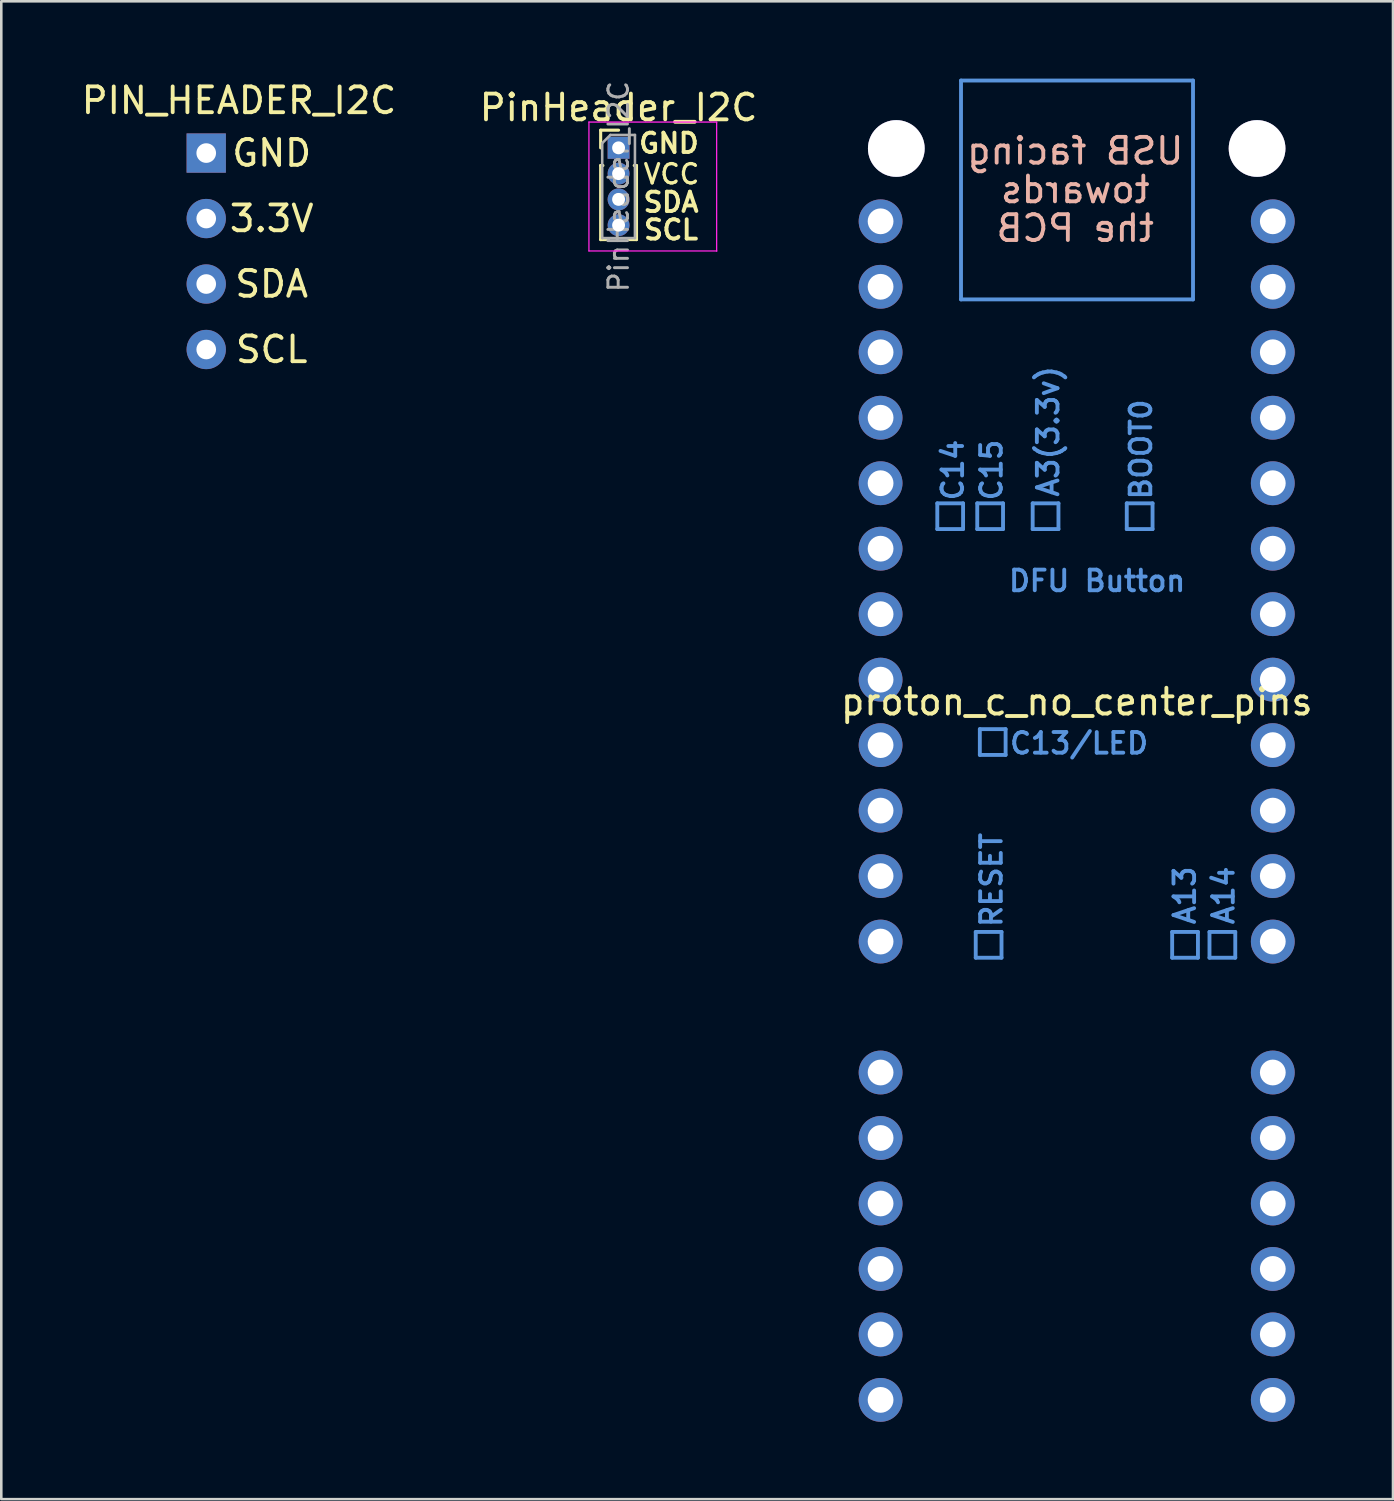
<source format=kicad_pcb>
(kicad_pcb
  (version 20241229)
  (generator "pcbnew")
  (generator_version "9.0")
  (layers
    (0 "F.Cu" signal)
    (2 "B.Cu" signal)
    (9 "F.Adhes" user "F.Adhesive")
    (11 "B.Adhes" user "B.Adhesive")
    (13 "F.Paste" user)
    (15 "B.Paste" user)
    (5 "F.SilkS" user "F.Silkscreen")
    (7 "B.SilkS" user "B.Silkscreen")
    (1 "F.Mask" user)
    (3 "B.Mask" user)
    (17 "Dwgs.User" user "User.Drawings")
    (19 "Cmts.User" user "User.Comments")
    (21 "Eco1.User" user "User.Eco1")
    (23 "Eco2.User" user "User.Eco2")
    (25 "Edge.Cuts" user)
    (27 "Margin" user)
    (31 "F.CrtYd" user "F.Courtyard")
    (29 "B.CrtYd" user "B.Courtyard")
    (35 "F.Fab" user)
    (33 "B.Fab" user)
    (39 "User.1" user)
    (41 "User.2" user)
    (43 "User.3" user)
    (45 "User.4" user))
  (footprint "proton_c_no_center_pins"
    (layer "F.Cu")
    (at 38.71 20.785)
    (property "Reference" "proton_c_no_center_pins" (at 0.01 3.39 0) (layer "F.SilkS") (effects (font (size 1 1) (thickness 0.15))))
    (attr through_hole)
    (fp_line (start -5.4 -4.31) (end -5.4 -3.31) (stroke (width 0.15) (type solid)) (layer "Cmts.User"))
    (fp_line (start -5.4 -4.31) (end -4.4 -4.31) (stroke (width 0.15) (type solid)) (layer "Cmts.User"))
    (fp_line (start -5.4 -3.31) (end -4.4 -3.31) (stroke (width 0.15) (type solid)) (layer "Cmts.User"))
    (fp_line (start -4.48 -20.71) (end -4.48 -12.22) (stroke (width 0.15) (type solid)) (layer "Cmts.User"))
    (fp_line (start -4.48 -20.71) (end 4.52 -20.71) (stroke (width 0.15) (type solid)) (layer "Cmts.User"))
    (fp_line (start -4.48 -12.22) (end 4.52 -12.22) (stroke (width 0.15) (type solid)) (layer "Cmts.User"))
    (fp_line (start -4.4 -3.31) (end -4.4 -4.31) (stroke (width 0.15) (type solid)) (layer "Cmts.User"))
    (fp_line (start -3.909 12.317) (end -3.909 13.317) (stroke (width 0.15) (type solid)) (layer "Cmts.User"))
    (fp_line (start -3.909 12.317) (end -2.909 12.317) (stroke (width 0.15) (type solid)) (layer "Cmts.User"))
    (fp_line (start -3.909 13.317) (end -2.909 13.317) (stroke (width 0.15) (type solid)) (layer "Cmts.User"))
    (fp_line (start -3.85 -4.31) (end -3.85 -3.31) (stroke (width 0.15) (type solid)) (layer "Cmts.User"))
    (fp_line (start -3.85 -4.31) (end -2.85 -4.31) (stroke (width 0.15) (type solid)) (layer "Cmts.User"))
    (fp_line (start -3.85 -3.31) (end -2.85 -3.31) (stroke (width 0.15) (type solid)) (layer "Cmts.User"))
    (fp_line (start -3.75 4.45) (end -3.75 5.45) (stroke (width 0.15) (type solid)) (layer "Cmts.User"))
    (fp_line (start -3.75 4.45) (end -2.75 4.45) (stroke (width 0.15) (type solid)) (layer "Cmts.User"))
    (fp_line (start -3.75 5.45) (end -2.75 5.45) (stroke (width 0.15) (type solid)) (layer "Cmts.User"))
    (fp_line (start -2.909 12.317) (end -2.909 13.317) (stroke (width 0.15) (type solid)) (layer "Cmts.User"))
    (fp_line (start -2.85 -3.31) (end -2.85 -4.31) (stroke (width 0.15) (type solid)) (layer "Cmts.User"))
    (fp_line (start -2.75 4.45) (end -2.75 5.45) (stroke (width 0.15) (type solid)) (layer "Cmts.User"))
    (fp_line (start -1.7 -4.31) (end -1.7 -3.31) (stroke (width 0.15) (type solid)) (layer "Cmts.User"))
    (fp_line (start -1.7 -4.31) (end -0.7 -4.31) (stroke (width 0.15) (type solid)) (layer "Cmts.User"))
    (fp_line (start -1.7 -3.31) (end -0.7 -3.31) (stroke (width 0.15) (type solid)) (layer "Cmts.User"))
    (fp_line (start -0.7 -3.31) (end -0.7 -4.31) (stroke (width 0.15) (type solid)) (layer "Cmts.User"))
    (fp_line (start 1.95 -4.31) (end 1.95 -3.31) (stroke (width 0.15) (type solid)) (layer "Cmts.User"))
    (fp_line (start 1.95 -4.31) (end 2.95 -4.31) (stroke (width 0.15) (type solid)) (layer "Cmts.User"))
    (fp_line (start 1.95 -3.31) (end 2.95 -3.31) (stroke (width 0.15) (type solid)) (layer "Cmts.User"))
    (fp_line (start 2.95 -3.31) (end 2.95 -4.31) (stroke (width 0.15) (type solid)) (layer "Cmts.User"))
    (fp_line (start 3.711 12.317) (end 3.711 13.317) (stroke (width 0.15) (type solid)) (layer "Cmts.User"))
    (fp_line (start 3.711 12.317) (end 4.711 12.317) (stroke (width 0.15) (type solid)) (layer "Cmts.User"))
    (fp_line (start 3.711 13.317) (end 4.711 13.317) (stroke (width 0.15) (type solid)) (layer "Cmts.User"))
    (fp_line (start 4.52 -20.71) (end 4.52 -12.22) (stroke (width 0.15) (type solid)) (layer "Cmts.User"))
    (fp_line (start 4.711 12.317) (end 4.711 13.317) (stroke (width 0.15) (type solid)) (layer "Cmts.User"))
    (fp_line (start 5.159 12.317) (end 5.159 13.317) (stroke (width 0.15) (type solid)) (layer "Cmts.User"))
    (fp_line (start 5.159 12.317) (end 6.159 12.317) (stroke (width 0.15) (type solid)) (layer "Cmts.User"))
    (fp_line (start 5.159 13.317) (end 6.159 13.317) (stroke (width 0.15) (type solid)) (layer "Cmts.User"))
    (fp_line (start 6.159 12.317) (end 6.159 13.317) (stroke (width 0.15) (type solid)) (layer "Cmts.User"))
    (fp_text user "USB facing" (at -0.05 -17.98 0) (layer "B.SilkS") (effects (font (size 1 1) (thickness 0.15)) (justify mirror)))
    (fp_text user "towards" (at -0.05 -16.48 0) (layer "B.SilkS") (effects (font (size 1 1) (thickness 0.15)) (justify mirror)))
    (fp_text user "the PCB" (at -0.05 -14.98 0) (layer "B.SilkS") (effects (font (size 1 1) (thickness 0.15)) (justify mirror)))
    (fp_text user "C14" (at -4.8 -5.6 90) (layer "Cmts.User") (effects (font (size 0.8 0.8) (thickness 0.15))))
    (fp_text user "A3(3.3v)" (at -1.1 -7.1 90) (layer "Cmts.User") (effects (font (size 0.8 0.8) (thickness 0.15))))
    (fp_text user "C15" (at -3.3 -5.6 90) (layer "Cmts.User") (effects (font (size 0.8 0.8) (thickness 0.15))))
    (fp_text user "C13/LED" (at 0.1 5 0) (layer "Cmts.User") (effects (font (size 0.8 0.8) (thickness 0.15))))
    (fp_text user "BOOT0" (at 2.5 -6.4 90) (layer "Cmts.User") (effects (font (size 0.8 0.8) (thickness 0.15))))
    (fp_text user "RESET" (at -3.3 10.3 90) (layer "Cmts.User") (effects (font (size 0.8 0.8) (thickness 0.15))))
    (fp_text user "A13" (at 4.2 10.9 90) (layer "Cmts.User") (effects (font (size 0.8 0.8) (thickness 0.15))))
    (fp_text user "A14" (at 5.7 10.9 90) (layer "Cmts.User") (effects (font (size 0.8 0.8) (thickness 0.15))))
    (fp_text user "DFU Button" (at 0.8 -1.3 180) (layer "Cmts.User") (effects (font (size 0.8 0.8) (thickness 0.15))))
    (pad "3.3V" thru_hole circle (at 7.615 -7.63) (size 1.7 1.7) (drill 1) (layers "*.Cu" "*.Mask"))
    (pad "5V" thru_hole circle (at 7.615 -15.25) (size 1.7 1.7) (drill 1) (layers "*.Cu" "*.Mask"))
    (pad "A0" thru_hole circle (at 7.615 -0.01) (size 1.7 1.7) (drill 1) (layers "*.Cu" "*.Mask"))
    (pad "A1" thru_hole circle (at 7.615 -2.55) (size 1.7 1.7) (drill 1) (layers "*.Cu" "*.Mask"))
    (pad "A2" thru_hole circle (at 7.615 -5.09) (size 1.7 1.7) (drill 1) (layers "*.Cu" "*.Mask"))
    (pad "A4" thru_hole circle (at -7.6 17.77) (size 1.7 1.7) (drill 1) (layers "*.Cu" "*.Mask"))
    (pad "A5" thru_hole circle (at -7.6 20.31) (size 1.7 1.7) (drill 1) (layers "*.Cu" "*.Mask"))
    (pad "A6" thru_hole circle (at -7.6 22.85) (size 1.7 1.7) (drill 1) (layers "*.Cu" "*.Mask"))
    (pad "A7" thru_hole circle (at -7.6 25.39) (size 1.7 1.7) (drill 1) (layers "*.Cu" "*.Mask"))
    (pad "A8" thru_hole circle (at -7.6 27.93) (size 1.7 1.7) (drill 1) (layers "*.Cu" "*.Mask"))
    (pad "A9" thru_hole circle (at -7.6 -15.25) (size 1.7 1.7) (drill 1) (layers "*.Cu" "*.Mask"))
    (pad "A10" thru_hole circle (at -7.6 -12.71) (size 1.7 1.7) (drill 1) (layers "*.Cu" "*.Mask"))
    (pad "A13" thru_hole circle (at 7.615 27.93) (size 1.7 1.7) (drill 1) (layers "*.Cu" "*.Mask"))
    (pad "A14" thru_hole circle (at 7.615 25.39) (size 1.7 1.7) (drill 1) (layers "*.Cu" "*.Mask"))
    (pad "A15" thru_hole circle (at -7.6 30.47) (size 1.7 1.7) (drill 1) (layers "*.Cu" "*.Mask"))
    (pad "B0" thru_hole circle (at -7.6 12.69) (size 1.7 1.7) (drill 1) (layers "*.Cu" "*.Mask"))
    (pad "B1" thru_hole circle (at -7.6 10.15) (size 1.7 1.7) (drill 1) (layers "*.Cu" "*.Mask"))
    (pad "B2" thru_hole circle (at -7.6 7.61) (size 1.7 1.7) (drill 1) (layers "*.Cu" "*.Mask"))
    (pad "B3" thru_hole circle (at -7.6 5.07) (size 1.7 1.7) (drill 1) (layers "*.Cu" "*.Mask"))
    (pad "B4" thru_hole circle (at -7.6 2.53) (size 1.7 1.7) (drill 1) (layers "*.Cu" "*.Mask"))
    (pad "B5" thru_hole circle (at -7.6 -0.01) (size 1.7 1.7) (drill 1) (layers "*.Cu" "*.Mask"))
    (pad "B6" thru_hole circle (at -7.6 -2.55) (size 1.7 1.7) (drill 1) (layers "*.Cu" "*.Mask"))
    (pad "B7" thru_hole circle (at -7.6 -5.09) (size 1.7 1.7) (drill 1) (layers "*.Cu" "*.Mask"))
    (pad "B8" thru_hole circle (at 7.615 2.53) (size 1.7 1.7) (drill 1) (layers "*.Cu" "*.Mask"))
    (pad "B9" thru_hole circle (at 7.615 12.69) (size 1.7 1.7) (drill 1) (layers "*.Cu" "*.Mask"))
    (pad "B10" thru_hole circle (at 7.615 17.77) (size 1.7 1.7) (drill 1) (layers "*.Cu" "*.Mask"))
    (pad "B11" thru_hole circle (at 7.615 20.31) (size 1.7 1.7) (drill 1) (layers "*.Cu" "*.Mask"))
    (pad "B12" thru_hole circle (at 7.615 22.85) (size 1.7 1.7) (drill 1) (layers "*.Cu" "*.Mask"))
    (pad "B13" thru_hole circle (at 7.615 5.07) (size 1.7 1.7) (drill 1) (layers "*.Cu" "*.Mask"))
    (pad "B14" thru_hole circle (at 7.615 7.61) (size 1.7 1.7) (drill 1) (layers "*.Cu" "*.Mask"))
    (pad "B15" thru_hole circle (at 7.615 10.15) (size 1.7 1.7) (drill 1) (layers "*.Cu" "*.Mask"))
    (pad "DFU" thru_hole circle (at 7.615 -10.17) (size 1.7 1.7) (drill 1) (layers "*.Cu" "*.Mask"))
    (pad "GND" thru_hole circle (at -7.6 -10.17) (size 1.7 1.7) (drill 1) (layers "*.Cu" "*.Mask"))
    (pad "GND" thru_hole circle (at -7.6 -7.63) (size 1.7 1.7) (drill 1) (layers "*.Cu" "*.Mask"))
    (pad "GND" thru_hole circle (at 7.615 -12.71) (size 1.7 1.7) (drill 1) (layers "*.Cu" "*.Mask"))
    (pad "RST" thru_hole circle (at 7.615 30.47) (size 1.7 1.7) (drill 1) (layers "*.Cu" "*.Mask"))
    (pad "SCRE" thru_hole circle (at -6.99 -18.075) (size 2.2 2.2) (drill 2.2) (layers "*.Cu" "*.Mask"))
    (pad "SCRE" thru_hole circle (at 7.005 -18.075) (size 2.2 2.2) (drill 2.2) (layers "*.Cu" "*.Mask")))
  (footprint "PIN_HEADER_I2C"
    (layer "F.Cu")
    (at 6.22 0.348)
    (property "Reference" "PIN_HEADER_I2C" (at 0 0.5 0) (layer "F.SilkS") (effects (font (size 1 1) (thickness 0.15))))
    (attr through_hole)
    (fp_text user "SCL" (at 1.27 10.16 0) (layer "F.SilkS") (effects (font (size 1 1) (thickness 0.15))))
    (fp_text user "3.3V" (at 1.27 5.08 0) (layer "F.SilkS") (effects (font (size 1 1) (thickness 0.15))))
    (fp_text user "SDA" (at 1.27 7.62 0) (layer "F.SilkS") (effects (font (size 1 1) (thickness 0.15))))
    (fp_text user "GND" (at 1.27 2.54 0) (layer "F.SilkS") (effects (font (size 1 1) (thickness 0.15))))
    (pad "1" thru_hole rect (at -1.27 2.54) (size 1.524 1.524) (drill 0.762) (layers "*.Cu" "*.Mask"))
    (pad "2" thru_hole circle (at -1.27 5.08) (size 1.524 1.524) (drill 0.762) (layers "*.Cu" "*.Mask"))
    (pad "3" thru_hole circle (at -1.27 7.62) (size 1.524 1.524) (drill 0.762) (layers "*.Cu" "*.Mask"))
    (pad "4" thru_hole circle (at -1.27 10.16) (size 1.524 1.524) (drill 0.762) (layers "*.Cu" "*.Mask")))
  (footprint "PinHeader_I2C"
    (layer "F.Cu")
    (at 20.946 2.685)
    (property "Reference" "PinHeader_I2C" (at 0 -1.56 0) (layer "F.SilkS") (effects (font (size 1 1) (thickness 0.15))))
    (attr through_hole)
    (fp_line (start -0.695 -0.685) (end 0 -0.685) (stroke (width 0.12) (type solid)) (layer "F.SilkS"))
    (fp_line (start -0.695 0) (end -0.695 -0.685) (stroke (width 0.12) (type solid)) (layer "F.SilkS"))
    (fp_line (start -0.695 0.685) (end -0.695 3.56) (stroke (width 0.12) (type solid)) (layer "F.SilkS"))
    (fp_line (start -0.695 0.685) (end -0.608 0.685) (stroke (width 0.12) (type solid)) (layer "F.SilkS"))
    (fp_line (start -0.695 3.56) (end -0.394 3.56) (stroke (width 0.12) (type solid)) (layer "F.SilkS"))
    (fp_line (start 0.394 3.56) (end 0.695 3.56) (stroke (width 0.12) (type solid)) (layer "F.SilkS"))
    (fp_line (start 0.608 0.685) (end 0.695 0.685) (stroke (width 0.12) (type solid)) (layer "F.SilkS"))
    (fp_line (start 0.695 0.685) (end 0.695 3.56) (stroke (width 0.12) (type solid)) (layer "F.SilkS"))
    (fp_line (start -1.15 -1) (end -1.15 4) (stroke (width 0.05) (type solid)) (layer "F.CrtYd"))
    (fp_line (start -1.15 4) (end 3.81 4) (stroke (width 0.05) (type solid)) (layer "F.CrtYd"))
    (fp_line (start 3.804 -0.992) (end 3.804 4.008) (stroke (width 0.05) (type solid)) (layer "F.CrtYd"))
    (fp_line (start 3.81 -1) (end -1.15 -1) (stroke (width 0.05) (type solid)) (layer "F.CrtYd"))
    (fp_line (start -0.635 -0.182) (end -0.318 -0.5) (stroke (width 0.1) (type solid)) (layer "F.Fab"))
    (fp_line (start -0.635 3.5) (end -0.635 -0.182) (stroke (width 0.1) (type solid)) (layer "F.Fab"))
    (fp_line (start -0.318 -0.5) (end 0.635 -0.5) (stroke (width 0.1) (type solid)) (layer "F.Fab"))
    (fp_line (start 0.635 -0.5) (end 0.635 3.5) (stroke (width 0.1) (type solid)) (layer "F.Fab"))
    (fp_line (start 0.635 3.5) (end -0.635 3.5) (stroke (width 0.1) (type solid)) (layer "F.Fab"))
    (fp_text user "SDA" (at 2.035 2.11 0) (layer "F.SilkS") (effects (font (size 0.75 0.75) (thickness 0.15))))
    (fp_text user "SCL" (at 2.035 3.181 0) (layer "F.SilkS") (effects (font (size 0.75 0.75) (thickness 0.15))))
    (fp_text user "GND" (at 1.953 -0.178 0) (layer "F.SilkS") (effects (font (size 0.75 0.75) (thickness 0.15))))
    (fp_text user "VCC" (at 2.053 1.02 0) (layer "F.SilkS") (effects (font (size 0.75 0.75) (thickness 0.125))))
    (fp_text user "${REFERENCE}" (at 0 1.5 90) (layer "F.Fab") (effects (font (size 0.76 0.76) (thickness 0.114))))
    (pad "1" thru_hole rect (at 0 0) (size 0.85 0.85) (drill 0.5) (layers "*.Cu" "*.Mask"))
    (pad "2" thru_hole oval (at 0 1) (size 0.85 0.85) (drill 0.5) (layers "*.Cu" "*.Mask"))
    (pad "3" thru_hole oval (at 0 2) (size 0.85 0.85) (drill 0.5) (layers "*.Cu" "*.Mask"))
    (pad "4" thru_hole oval (at 0 3) (size 0.85 0.85) (drill 0.5) (layers "*.Cu" "*.Mask")))
  (gr_rect
    (start -3 -3)
    (end 50.988 55.105)
    (stroke (width 0.1) (type default))
    (fill no)
    (layer "Edge.Cuts")))
</source>
